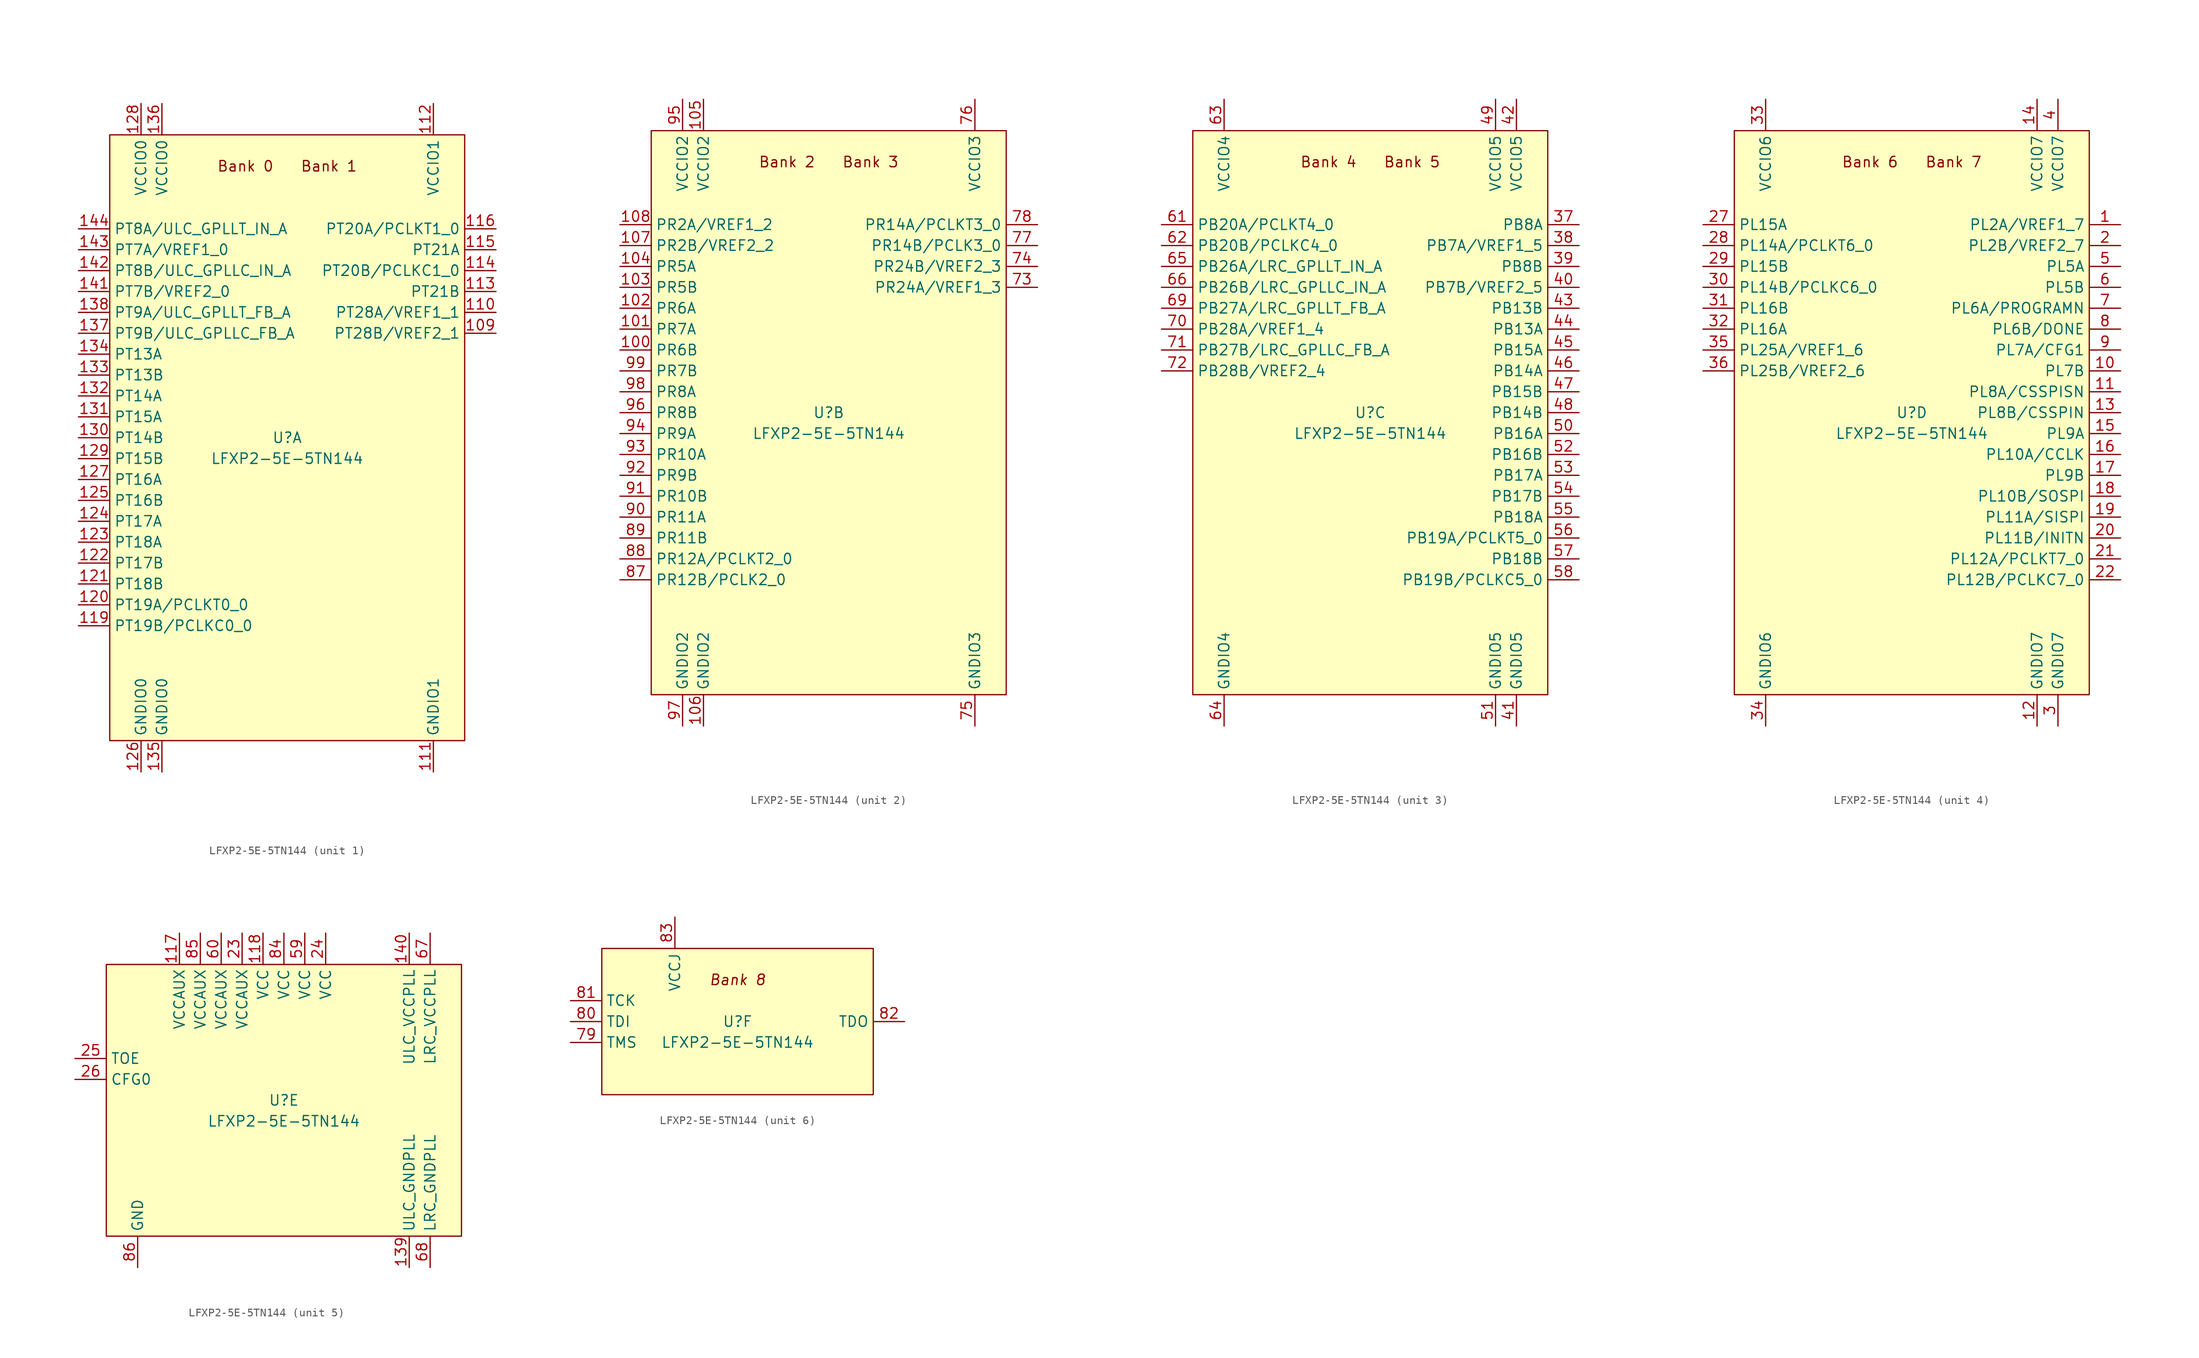
<source format=kicad_sym>
(kicad_symbol_lib
  (version 20241209)
  (generator "kicad_symbol_editor")
  (generator_version "9.0")
  (symbol "LFXP2-5E-5TN144"
    (property "Reference" "U"
      (at 0 0 0)
      (effects (font (size 1.27 1.27))))
    (property "Value" "LFXP2-5E-5TN144"
      (at 0 -2.54 0)
      (effects (font (size 1.27 1.27))))
    (property "ki_locked" ""
      (at 0 0 0)
      (effects (font (size 1.27 1.27))))
    (symbol "LFXP2-5E-5TN144_1_0"
      (text "Bank 0" (at -5.08 33.02 0) (effects (font (size 1.27 1.27))))
      (text "Bank 1" (at 5.08 33.02 0) (effects (font (size 1.27 1.27)))))
    (symbol "LFXP2-5E-5TN144_1_1"
      (rectangle (start -21.59 36.83) (end 21.59 -36.83) (stroke (width 0) (type default)) (fill (type background)))
      (pin bidirectional line (at -25.4 25.4 0) (length 3.81) (name "PT8A/ULC_GPLLT_IN_A" (effects (font (size 1.27 1.27)))) (number "144" (effects (font (size 1.27 1.27)))))
      (pin bidirectional line (at -25.4 22.86 0) (length 3.81) (name "PT7A/VREF1_0" (effects (font (size 1.27 1.27)))) (number "143" (effects (font (size 1.27 1.27)))))
      (pin bidirectional line (at -25.4 20.32 0) (length 3.81) (name "PT8B/ULC_GPLLC_IN_A" (effects (font (size 1.27 1.27)))) (number "142" (effects (font (size 1.27 1.27)))))
      (pin bidirectional line (at -25.4 17.78 0) (length 3.81) (name "PT7B/VREF2_0" (effects (font (size 1.27 1.27)))) (number "141" (effects (font (size 1.27 1.27)))))
      (pin bidirectional line (at -25.4 15.24 0) (length 3.81) (name "PT9A/ULC_GPLLT_FB_A" (effects (font (size 1.27 1.27)))) (number "138" (effects (font (size 1.27 1.27)))))
      (pin bidirectional line (at -25.4 12.7 0) (length 3.81) (name "PT9B/ULC_GPLLC_FB_A" (effects (font (size 1.27 1.27)))) (number "137" (effects (font (size 1.27 1.27)))))
      (pin bidirectional line (at -25.4 10.16 0) (length 3.81) (name "PT13A" (effects (font (size 1.27 1.27)))) (number "134" (effects (font (size 1.27 1.27)))))
      (pin bidirectional line (at -25.4 7.62 0) (length 3.81) (name "PT13B" (effects (font (size 1.27 1.27)))) (number "133" (effects (font (size 1.27 1.27)))))
      (pin bidirectional line (at -25.4 5.08 0) (length 3.81) (name "PT14A" (effects (font (size 1.27 1.27)))) (number "132" (effects (font (size 1.27 1.27)))))
      (pin bidirectional line (at -25.4 2.54 0) (length 3.81) (name "PT15A" (effects (font (size 1.27 1.27)))) (number "131" (effects (font (size 1.27 1.27)))))
      (pin bidirectional line (at -25.4 0 0) (length 3.81) (name "PT14B" (effects (font (size 1.27 1.27)))) (number "130" (effects (font (size 1.27 1.27)))))
      (pin bidirectional line (at -25.4 -2.54 0) (length 3.81) (name "PT15B" (effects (font (size 1.27 1.27)))) (number "129" (effects (font (size 1.27 1.27)))))
      (pin bidirectional line (at -25.4 -5.08 0) (length 3.81) (name "PT16A" (effects (font (size 1.27 1.27)))) (number "127" (effects (font (size 1.27 1.27)))))
      (pin bidirectional line (at -25.4 -7.62 0) (length 3.81) (name "PT16B" (effects (font (size 1.27 1.27)))) (number "125" (effects (font (size 1.27 1.27)))))
      (pin bidirectional line (at -25.4 -10.16 0) (length 3.81) (name "PT17A" (effects (font (size 1.27 1.27)))) (number "124" (effects (font (size 1.27 1.27)))))
      (pin bidirectional line (at -25.4 -12.7 0) (length 3.81) (name "PT18A" (effects (font (size 1.27 1.27)))) (number "123" (effects (font (size 1.27 1.27)))))
      (pin bidirectional line (at -25.4 -15.24 0) (length 3.81) (name "PT17B" (effects (font (size 1.27 1.27)))) (number "122" (effects (font (size 1.27 1.27)))))
      (pin bidirectional line (at -25.4 -17.78 0) (length 3.81) (name "PT18B" (effects (font (size 1.27 1.27)))) (number "121" (effects (font (size 1.27 1.27)))))
      (pin bidirectional line (at -25.4 -20.32 0) (length 3.81) (name "PT19A/PCLKT0_0" (effects (font (size 1.27 1.27)))) (number "120" (effects (font (size 1.27 1.27)))))
      (pin bidirectional line (at -25.4 -22.86 0) (length 3.81) (name "PT19B/PCLKC0_0" (effects (font (size 1.27 1.27)))) (number "119" (effects (font (size 1.27 1.27)))))
      (pin power_in line (at -17.78 40.64 270) (length 3.81) (name "VCCIO0" (effects (font (size 1.27 1.27)))) (number "128" (effects (font (size 1.27 1.27)))))
      (pin power_in line (at -17.78 -40.64 90) (length 3.81) (name "GNDIO0" (effects (font (size 1.27 1.27)))) (number "126" (effects (font (size 1.27 1.27)))))
      (pin power_in line (at -15.24 40.64 270) (length 3.81) (name "VCCIO0" (effects (font (size 1.27 1.27)))) (number "136" (effects (font (size 1.27 1.27)))))
      (pin power_in line (at -15.24 -40.64 90) (length 3.81) (name "GNDIO0" (effects (font (size 1.27 1.27)))) (number "135" (effects (font (size 1.27 1.27)))))
      (pin power_in line (at 17.78 40.64 270) (length 3.81) (name "VCCIO1" (effects (font (size 1.27 1.27)))) (number "112" (effects (font (size 1.27 1.27)))))
      (pin power_in line (at 17.78 -40.64 90) (length 3.81) (name "GNDIO1" (effects (font (size 1.27 1.27)))) (number "111" (effects (font (size 1.27 1.27)))))
      (pin bidirectional line (at 25.4 25.4 180) (length 3.81) (name "PT20A/PCLKT1_0" (effects (font (size 1.27 1.27)))) (number "116" (effects (font (size 1.27 1.27)))))
      (pin bidirectional line (at 25.4 22.86 180) (length 3.81) (name "PT21A" (effects (font (size 1.27 1.27)))) (number "115" (effects (font (size 1.27 1.27)))))
      (pin bidirectional line (at 25.4 20.32 180) (length 3.81) (name "PT20B/PCLKC1_0" (effects (font (size 1.27 1.27)))) (number "114" (effects (font (size 1.27 1.27)))))
      (pin bidirectional line (at 25.4 17.78 180) (length 3.81) (name "PT21B" (effects (font (size 1.27 1.27)))) (number "113" (effects (font (size 1.27 1.27)))))
      (pin bidirectional line (at 25.4 15.24 180) (length 3.81) (name "PT28A/VREF1_1" (effects (font (size 1.27 1.27)))) (number "110" (effects (font (size 1.27 1.27)))))
      (pin bidirectional line (at 25.4 12.7 180) (length 3.81) (name "PT28B/VREF2_1" (effects (font (size 1.27 1.27)))) (number "109" (effects (font (size 1.27 1.27))))))
    (symbol "LFXP2-5E-5TN144_2_0"
      (text "Bank 2" (at -5.08 30.48 0) (effects (font (size 1.27 1.27))))
      (text "Bank 3" (at 5.08 30.48 0) (effects (font (size 1.27 1.27)))))
    (symbol "LFXP2-5E-5TN144_2_1"
      (rectangle (start -21.59 34.29) (end 21.59 -34.29) (stroke (width 0) (type default)) (fill (type background)))
      (pin bidirectional line (at -25.4 22.86 0) (length 3.81) (name "PR2A/VREF1_2" (effects (font (size 1.27 1.27)))) (number "108" (effects (font (size 1.27 1.27)))))
      (pin bidirectional line (at -25.4 20.32 0) (length 3.81) (name "PR2B/VREF2_2" (effects (font (size 1.27 1.27)))) (number "107" (effects (font (size 1.27 1.27)))))
      (pin bidirectional line (at -25.4 17.78 0) (length 3.81) (name "PR5A" (effects (font (size 1.27 1.27)))) (number "104" (effects (font (size 1.27 1.27)))))
      (pin bidirectional line (at -25.4 15.24 0) (length 3.81) (name "PR5B" (effects (font (size 1.27 1.27)))) (number "103" (effects (font (size 1.27 1.27)))))
      (pin bidirectional line (at -25.4 12.7 0) (length 3.81) (name "PR6A" (effects (font (size 1.27 1.27)))) (number "102" (effects (font (size 1.27 1.27)))))
      (pin bidirectional line (at -25.4 10.16 0) (length 3.81) (name "PR7A" (effects (font (size 1.27 1.27)))) (number "101" (effects (font (size 1.27 1.27)))))
      (pin bidirectional line (at -25.4 7.62 0) (length 3.81) (name "PR6B" (effects (font (size 1.27 1.27)))) (number "100" (effects (font (size 1.27 1.27)))))
      (pin bidirectional line (at -25.4 5.08 0) (length 3.81) (name "PR7B" (effects (font (size 1.27 1.27)))) (number "99" (effects (font (size 1.27 1.27)))))
      (pin bidirectional line (at -25.4 2.54 0) (length 3.81) (name "PR8A" (effects (font (size 1.27 1.27)))) (number "98" (effects (font (size 1.27 1.27)))))
      (pin bidirectional line (at -25.4 0 0) (length 3.81) (name "PR8B" (effects (font (size 1.27 1.27)))) (number "96" (effects (font (size 1.27 1.27)))))
      (pin bidirectional line (at -25.4 -2.54 0) (length 3.81) (name "PR9A" (effects (font (size 1.27 1.27)))) (number "94" (effects (font (size 1.27 1.27)))))
      (pin bidirectional line (at -25.4 -5.08 0) (length 3.81) (name "PR10A" (effects (font (size 1.27 1.27)))) (number "93" (effects (font (size 1.27 1.27)))))
      (pin bidirectional line (at -25.4 -7.62 0) (length 3.81) (name "PR9B" (effects (font (size 1.27 1.27)))) (number "92" (effects (font (size 1.27 1.27)))))
      (pin bidirectional line (at -25.4 -10.16 0) (length 3.81) (name "PR10B" (effects (font (size 1.27 1.27)))) (number "91" (effects (font (size 1.27 1.27)))))
      (pin bidirectional line (at -25.4 -12.7 0) (length 3.81) (name "PR11A" (effects (font (size 1.27 1.27)))) (number "90" (effects (font (size 1.27 1.27)))))
      (pin bidirectional line (at -25.4 -15.24 0) (length 3.81) (name "PR11B" (effects (font (size 1.27 1.27)))) (number "89" (effects (font (size 1.27 1.27)))))
      (pin bidirectional line (at -25.4 -17.78 0) (length 3.81) (name "PR12A/PCLKT2_0" (effects (font (size 1.27 1.27)))) (number "88" (effects (font (size 1.27 1.27)))))
      (pin bidirectional line (at -25.4 -20.32 0) (length 3.81) (name "PR12B/PCLK2_0" (effects (font (size 1.27 1.27)))) (number "87" (effects (font (size 1.27 1.27)))))
      (pin power_in line (at -17.78 38.1 270) (length 3.81) (name "VCCIO2" (effects (font (size 1.27 1.27)))) (number "95" (effects (font (size 1.27 1.27)))))
      (pin power_in line (at -17.78 -38.1 90) (length 3.81) (name "GNDIO2" (effects (font (size 1.27 1.27)))) (number "97" (effects (font (size 1.27 1.27)))))
      (pin power_in line (at -15.24 38.1 270) (length 3.81) (name "VCCIO2" (effects (font (size 1.27 1.27)))) (number "105" (effects (font (size 1.27 1.27)))))
      (pin power_in line (at -15.24 -38.1 90) (length 3.81) (name "GNDIO2" (effects (font (size 1.27 1.27)))) (number "106" (effects (font (size 1.27 1.27)))))
      (pin power_in line (at 17.78 38.1 270) (length 3.81) (name "VCCIO3" (effects (font (size 1.27 1.27)))) (number "76" (effects (font (size 1.27 1.27)))))
      (pin power_in line (at 17.78 -38.1 90) (length 3.81) (name "GNDIO3" (effects (font (size 1.27 1.27)))) (number "75" (effects (font (size 1.27 1.27)))))
      (pin bidirectional line (at 25.4 22.86 180) (length 3.81) (name "PR14A/PCLKT3_0" (effects (font (size 1.27 1.27)))) (number "78" (effects (font (size 1.27 1.27)))))
      (pin bidirectional line (at 25.4 20.32 180) (length 3.81) (name "PR14B/PCLK3_0" (effects (font (size 1.27 1.27)))) (number "77" (effects (font (size 1.27 1.27)))))
      (pin bidirectional line (at 25.4 17.78 180) (length 3.81) (name "PR24B/VREF2_3" (effects (font (size 1.27 1.27)))) (number "74" (effects (font (size 1.27 1.27)))))
      (pin bidirectional line (at 25.4 15.24 180) (length 3.81) (name "PR24A/VREF1_3" (effects (font (size 1.27 1.27)))) (number "73" (effects (font (size 1.27 1.27))))))
    (symbol "LFXP2-5E-5TN144_3_0"
      (text "Bank 4" (at -5.08 30.48 0) (effects (font (size 1.27 1.27))))
      (text "Bank 5" (at 5.08 30.48 0) (effects (font (size 1.27 1.27)))))
    (symbol "LFXP2-5E-5TN144_3_1"
      (rectangle (start -21.59 34.29) (end 21.59 -34.29) (stroke (width 0) (type default)) (fill (type background)))
      (pin bidirectional line (at -25.4 22.86 0) (length 3.81) (name "PB20A/PCLKT4_0" (effects (font (size 1.27 1.27)))) (number "61" (effects (font (size 1.27 1.27)))))
      (pin bidirectional line (at -25.4 20.32 0) (length 3.81) (name "PB20B/PCLKC4_0" (effects (font (size 1.27 1.27)))) (number "62" (effects (font (size 1.27 1.27)))))
      (pin bidirectional line (at -25.4 17.78 0) (length 3.81) (name "PB26A/LRC_GPLLT_IN_A" (effects (font (size 1.27 1.27)))) (number "65" (effects (font (size 1.27 1.27)))))
      (pin bidirectional line (at -25.4 15.24 0) (length 3.81) (name "PB26B/LRC_GPLLC_IN_A" (effects (font (size 1.27 1.27)))) (number "66" (effects (font (size 1.27 1.27)))))
      (pin bidirectional line (at -25.4 12.7 0) (length 3.81) (name "PB27A/LRC_GPLLT_FB_A" (effects (font (size 1.27 1.27)))) (number "69" (effects (font (size 1.27 1.27)))))
      (pin bidirectional line (at -25.4 10.16 0) (length 3.81) (name "PB28A/VREF1_4" (effects (font (size 1.27 1.27)))) (number "70" (effects (font (size 1.27 1.27)))))
      (pin bidirectional line (at -25.4 7.62 0) (length 3.81) (name "PB27B/LRC_GPLLC_FB_A" (effects (font (size 1.27 1.27)))) (number "71" (effects (font (size 1.27 1.27)))))
      (pin bidirectional line (at -25.4 5.08 0) (length 3.81) (name "PB28B/VREF2_4" (effects (font (size 1.27 1.27)))) (number "72" (effects (font (size 1.27 1.27)))))
      (pin power_in line (at -17.78 38.1 270) (length 3.81) (name "VCCIO4" (effects (font (size 1.27 1.27)))) (number "63" (effects (font (size 1.27 1.27)))))
      (pin power_in line (at -17.78 -38.1 90) (length 3.81) (name "GNDIO4" (effects (font (size 1.27 1.27)))) (number "64" (effects (font (size 1.27 1.27)))))
      (pin power_in line (at 15.24 38.1 270) (length 3.81) (name "VCCIO5" (effects (font (size 1.27 1.27)))) (number "49" (effects (font (size 1.27 1.27)))))
      (pin power_in line (at 15.24 -38.1 90) (length 3.81) (name "GNDIO5" (effects (font (size 1.27 1.27)))) (number "51" (effects (font (size 1.27 1.27)))))
      (pin power_in line (at 17.78 38.1 270) (length 3.81) (name "VCCIO5" (effects (font (size 1.27 1.27)))) (number "42" (effects (font (size 1.27 1.27)))))
      (pin power_in line (at 17.78 -38.1 90) (length 3.81) (name "GNDIO5" (effects (font (size 1.27 1.27)))) (number "41" (effects (font (size 1.27 1.27)))))
      (pin bidirectional line (at 25.4 22.86 180) (length 3.81) (name "PB8A" (effects (font (size 1.27 1.27)))) (number "37" (effects (font (size 1.27 1.27)))))
      (pin bidirectional line (at 25.4 20.32 180) (length 3.81) (name "PB7A/VREF1_5" (effects (font (size 1.27 1.27)))) (number "38" (effects (font (size 1.27 1.27)))))
      (pin bidirectional line (at 25.4 17.78 180) (length 3.81) (name "PB8B" (effects (font (size 1.27 1.27)))) (number "39" (effects (font (size 1.27 1.27)))))
      (pin bidirectional line (at 25.4 15.24 180) (length 3.81) (name "PB7B/VREF2_5" (effects (font (size 1.27 1.27)))) (number "40" (effects (font (size 1.27 1.27)))))
      (pin bidirectional line (at 25.4 12.7 180) (length 3.81) (name "PB13B" (effects (font (size 1.27 1.27)))) (number "43" (effects (font (size 1.27 1.27)))))
      (pin bidirectional line (at 25.4 10.16 180) (length 3.81) (name "PB13A" (effects (font (size 1.27 1.27)))) (number "44" (effects (font (size 1.27 1.27)))))
      (pin bidirectional line (at 25.4 7.62 180) (length 3.81) (name "PB15A" (effects (font (size 1.27 1.27)))) (number "45" (effects (font (size 1.27 1.27)))))
      (pin bidirectional line (at 25.4 5.08 180) (length 3.81) (name "PB14A" (effects (font (size 1.27 1.27)))) (number "46" (effects (font (size 1.27 1.27)))))
      (pin bidirectional line (at 25.4 2.54 180) (length 3.81) (name "PB15B" (effects (font (size 1.27 1.27)))) (number "47" (effects (font (size 1.27 1.27)))))
      (pin bidirectional line (at 25.4 0 180) (length 3.81) (name "PB14B" (effects (font (size 1.27 1.27)))) (number "48" (effects (font (size 1.27 1.27)))))
      (pin bidirectional line (at 25.4 -2.54 180) (length 3.81) (name "PB16A" (effects (font (size 1.27 1.27)))) (number "50" (effects (font (size 1.27 1.27)))))
      (pin bidirectional line (at 25.4 -5.08 180) (length 3.81) (name "PB16B" (effects (font (size 1.27 1.27)))) (number "52" (effects (font (size 1.27 1.27)))))
      (pin bidirectional line (at 25.4 -7.62 180) (length 3.81) (name "PB17A" (effects (font (size 1.27 1.27)))) (number "53" (effects (font (size 1.27 1.27)))))
      (pin bidirectional line (at 25.4 -10.16 180) (length 3.81) (name "PB17B" (effects (font (size 1.27 1.27)))) (number "54" (effects (font (size 1.27 1.27)))))
      (pin bidirectional line (at 25.4 -12.7 180) (length 3.81) (name "PB18A" (effects (font (size 1.27 1.27)))) (number "55" (effects (font (size 1.27 1.27)))))
      (pin bidirectional line (at 25.4 -15.24 180) (length 3.81) (name "PB19A/PCLKT5_0" (effects (font (size 1.27 1.27)))) (number "56" (effects (font (size 1.27 1.27)))))
      (pin bidirectional line (at 25.4 -17.78 180) (length 3.81) (name "PB18B" (effects (font (size 1.27 1.27)))) (number "57" (effects (font (size 1.27 1.27)))))
      (pin bidirectional line (at 25.4 -20.32 180) (length 3.81) (name "PB19B/PCLKC5_0" (effects (font (size 1.27 1.27)))) (number "58" (effects (font (size 1.27 1.27))))))
    (symbol "LFXP2-5E-5TN144_4_0"
      (text "Bank 6" (at -5.08 30.48 0) (effects (font (size 1.27 1.27))))
      (text "Bank 7" (at 5.08 30.48 0) (effects (font (size 1.27 1.27)))))
    (symbol "LFXP2-5E-5TN144_4_1"
      (rectangle (start -21.59 34.29) (end 21.59 -34.29) (stroke (width 0) (type default)) (fill (type background)))
      (pin bidirectional line (at -25.4 22.86 0) (length 3.81) (name "PL15A" (effects (font (size 1.27 1.27)))) (number "27" (effects (font (size 1.27 1.27)))))
      (pin bidirectional line (at -25.4 20.32 0) (length 3.81) (name "PL14A/PCLKT6_0" (effects (font (size 1.27 1.27)))) (number "28" (effects (font (size 1.27 1.27)))))
      (pin bidirectional line (at -25.4 17.78 0) (length 3.81) (name "PL15B" (effects (font (size 1.27 1.27)))) (number "29" (effects (font (size 1.27 1.27)))))
      (pin bidirectional line (at -25.4 15.24 0) (length 3.81) (name "PL14B/PCLKC6_0" (effects (font (size 1.27 1.27)))) (number "30" (effects (font (size 1.27 1.27)))))
      (pin bidirectional line (at -25.4 12.7 0) (length 3.81) (name "PL16B" (effects (font (size 1.27 1.27)))) (number "31" (effects (font (size 1.27 1.27)))))
      (pin bidirectional line (at -25.4 10.16 0) (length 3.81) (name "PL16A" (effects (font (size 1.27 1.27)))) (number "32" (effects (font (size 1.27 1.27)))))
      (pin bidirectional line (at -25.4 7.62 0) (length 3.81) (name "PL25A/VREF1_6" (effects (font (size 1.27 1.27)))) (number "35" (effects (font (size 1.27 1.27)))))
      (pin bidirectional line (at -25.4 5.08 0) (length 3.81) (name "PL25B/VREF2_6" (effects (font (size 1.27 1.27)))) (number "36" (effects (font (size 1.27 1.27)))))
      (pin power_in line (at -17.78 38.1 270) (length 3.81) (name "VCCIO6" (effects (font (size 1.27 1.27)))) (number "33" (effects (font (size 1.27 1.27)))))
      (pin power_in line (at -17.78 -38.1 90) (length 3.81) (name "GNDIO6" (effects (font (size 1.27 1.27)))) (number "34" (effects (font (size 1.27 1.27)))))
      (pin power_in line (at 15.24 38.1 270) (length 3.81) (name "VCCIO7" (effects (font (size 1.27 1.27)))) (number "14" (effects (font (size 1.27 1.27)))))
      (pin power_in line (at 15.24 -38.1 90) (length 3.81) (name "GNDIO7" (effects (font (size 1.27 1.27)))) (number "12" (effects (font (size 1.27 1.27)))))
      (pin power_in line (at 17.78 38.1 270) (length 3.81) (name "VCCIO7" (effects (font (size 1.27 1.27)))) (number "4" (effects (font (size 1.27 1.27)))))
      (pin power_in line (at 17.78 -38.1 90) (length 3.81) (name "GNDIO7" (effects (font (size 1.27 1.27)))) (number "3" (effects (font (size 1.27 1.27)))))
      (pin bidirectional line (at 25.4 22.86 180) (length 3.81) (name "PL2A/VREF1_7" (effects (font (size 1.27 1.27)))) (number "1" (effects (font (size 1.27 1.27)))))
      (pin bidirectional line (at 25.4 20.32 180) (length 3.81) (name "PL2B/VREF2_7" (effects (font (size 1.27 1.27)))) (number "2" (effects (font (size 1.27 1.27)))))
      (pin bidirectional line (at 25.4 17.78 180) (length 3.81) (name "PL5A" (effects (font (size 1.27 1.27)))) (number "5" (effects (font (size 1.27 1.27)))))
      (pin bidirectional line (at 25.4 15.24 180) (length 3.81) (name "PL5B" (effects (font (size 1.27 1.27)))) (number "6" (effects (font (size 1.27 1.27)))))
      (pin bidirectional line (at 25.4 12.7 180) (length 3.81) (name "PL6A/PROGRAMN" (effects (font (size 1.27 1.27)))) (number "7" (effects (font (size 1.27 1.27)))))
      (pin bidirectional line (at 25.4 10.16 180) (length 3.81) (name "PL6B/DONE" (effects (font (size 1.27 1.27)))) (number "8" (effects (font (size 1.27 1.27)))))
      (pin bidirectional line (at 25.4 7.62 180) (length 3.81) (name "PL7A/CFG1" (effects (font (size 1.27 1.27)))) (number "9" (effects (font (size 1.27 1.27)))))
      (pin bidirectional line (at 25.4 5.08 180) (length 3.81) (name "PL7B" (effects (font (size 1.27 1.27)))) (number "10" (effects (font (size 1.27 1.27)))))
      (pin bidirectional line (at 25.4 2.54 180) (length 3.81) (name "PL8A/CSSPISN" (effects (font (size 1.27 1.27)))) (number "11" (effects (font (size 1.27 1.27)))))
      (pin bidirectional line (at 25.4 0 180) (length 3.81) (name "PL8B/CSSPIN" (effects (font (size 1.27 1.27)))) (number "13" (effects (font (size 1.27 1.27)))))
      (pin bidirectional line (at 25.4 -2.54 180) (length 3.81) (name "PL9A" (effects (font (size 1.27 1.27)))) (number "15" (effects (font (size 1.27 1.27)))))
      (pin bidirectional line (at 25.4 -5.08 180) (length 3.81) (name "PL10A/CCLK" (effects (font (size 1.27 1.27)))) (number "16" (effects (font (size 1.27 1.27)))))
      (pin bidirectional line (at 25.4 -7.62 180) (length 3.81) (name "PL9B" (effects (font (size 1.27 1.27)))) (number "17" (effects (font (size 1.27 1.27)))))
      (pin bidirectional line (at 25.4 -10.16 180) (length 3.81) (name "PL10B/SOSPI" (effects (font (size 1.27 1.27)))) (number "18" (effects (font (size 1.27 1.27)))))
      (pin bidirectional line (at 25.4 -12.7 180) (length 3.81) (name "PL11A/SISPI" (effects (font (size 1.27 1.27)))) (number "19" (effects (font (size 1.27 1.27)))))
      (pin bidirectional line (at 25.4 -15.24 180) (length 3.81) (name "PL11B/INITN" (effects (font (size 1.27 1.27)))) (number "20" (effects (font (size 1.27 1.27)))))
      (pin bidirectional line (at 25.4 -17.78 180) (length 3.81) (name "PL12A/PCLKT7_0" (effects (font (size 1.27 1.27)))) (number "21" (effects (font (size 1.27 1.27)))))
      (pin bidirectional line (at 25.4 -20.32 180) (length 3.81) (name "PL12B/PCLKC7_0" (effects (font (size 1.27 1.27)))) (number "22" (effects (font (size 1.27 1.27))))))
    (symbol "LFXP2-5E-5TN144_5_1"
      (rectangle (start -21.59 16.51) (end 21.59 -16.51) (stroke (width 0) (type default)) (fill (type background)))
      (pin input line (at -25.4 5.08 0) (length 3.81) (name "TOE" (effects (font (size 1.27 1.27)))) (number "25" (effects (font (size 1.27 1.27)))))
      (pin input line (at -25.4 2.54 0) (length 3.81) (name "CFG0" (effects (font (size 1.27 1.27)))) (number "26" (effects (font (size 1.27 1.27)))))
      (pin power_in line (at -17.78 -20.32 90) (length 3.81) (name "GND" (effects (font (size 1.27 1.27)))) (number "86" (effects (font (size 1.27 1.27)))))
      (pin power_in line (at -12.7 20.32 270) (length 3.81) (name "VCCAUX" (effects (font (size 1.27 1.27)))) (number "117" (effects (font (size 1.27 1.27)))))
      (pin power_in line (at -10.16 20.32 270) (length 3.81) (name "VCCAUX" (effects (font (size 1.27 1.27)))) (number "85" (effects (font (size 1.27 1.27)))))
      (pin power_in line (at -7.62 20.32 270) (length 3.81) (name "VCCAUX" (effects (font (size 1.27 1.27)))) (number "60" (effects (font (size 1.27 1.27)))))
      (pin power_in line (at -5.08 20.32 270) (length 3.81) (name "VCCAUX" (effects (font (size 1.27 1.27)))) (number "23" (effects (font (size 1.27 1.27)))))
      (pin power_in line (at -2.54 20.32 270) (length 3.81) (name "VCC" (effects (font (size 1.27 1.27)))) (number "118" (effects (font (size 1.27 1.27)))))
      (pin power_in line (at 0 20.32 270) (length 3.81) (name "VCC" (effects (font (size 1.27 1.27)))) (number "84" (effects (font (size 1.27 1.27)))))
      (pin power_in line (at 2.54 20.32 270) (length 3.81) (name "VCC" (effects (font (size 1.27 1.27)))) (number "59" (effects (font (size 1.27 1.27)))))
      (pin power_in line (at 5.08 20.32 270) (length 3.81) (name "VCC" (effects (font (size 1.27 1.27)))) (number "24" (effects (font (size 1.27 1.27)))))
      (pin power_in line (at 15.24 20.32 270) (length 3.81) (name "ULC_VCCPLL" (effects (font (size 1.27 1.27)))) (number "140" (effects (font (size 1.27 1.27)))))
      (pin power_in line (at 15.24 -20.32 90) (length 3.81) (name "ULC_GNDPLL" (effects (font (size 1.27 1.27)))) (number "139" (effects (font (size 1.27 1.27)))))
      (pin power_in line (at 17.78 20.32 270) (length 3.81) (name "LRC_VCCPLL" (effects (font (size 1.27 1.27)))) (number "67" (effects (font (size 1.27 1.27)))))
      (pin power_in line (at 17.78 -20.32 90) (length 3.81) (name "LRC_GNDPLL" (effects (font (size 1.27 1.27)))) (number "68" (effects (font (size 1.27 1.27))))))
    (symbol "LFXP2-5E-5TN144_6_0"
      (rectangle (start -16.51 8.89) (end 16.51 -8.89) (stroke (width 0) (type default)) (fill (type background)))
      (text "Bank 8" (at 0 5.08 0) (effects (font (size 1.27 1.27) (italic yes)))))
    (symbol "LFXP2-5E-5TN144_6_1"
      (pin input line (at -20.32 2.54 0) (length 3.81) (name "TCK" (effects (font (size 1.27 1.27)))) (number "81" (effects (font (size 1.27 1.27)))))
      (pin input line (at -20.32 0 0) (length 3.81) (name "TDI" (effects (font (size 1.27 1.27)))) (number "80" (effects (font (size 1.27 1.27)))))
      (pin input line (at -20.32 -2.54 0) (length 3.81) (name "TMS" (effects (font (size 1.27 1.27)))) (number "79" (effects (font (size 1.27 1.27)))))
      (pin power_in line (at -7.62 12.7 270) (length 3.81) (name "VCCJ" (effects (font (size 1.27 1.27)))) (number "83" (effects (font (size 1.27 1.27)))))
      (pin output line (at 20.32 0 180) (length 3.81) (name "TDO" (effects (font (size 1.27 1.27)))) (number "82" (effects (font (size 1.27 1.27))))))))
</source>
